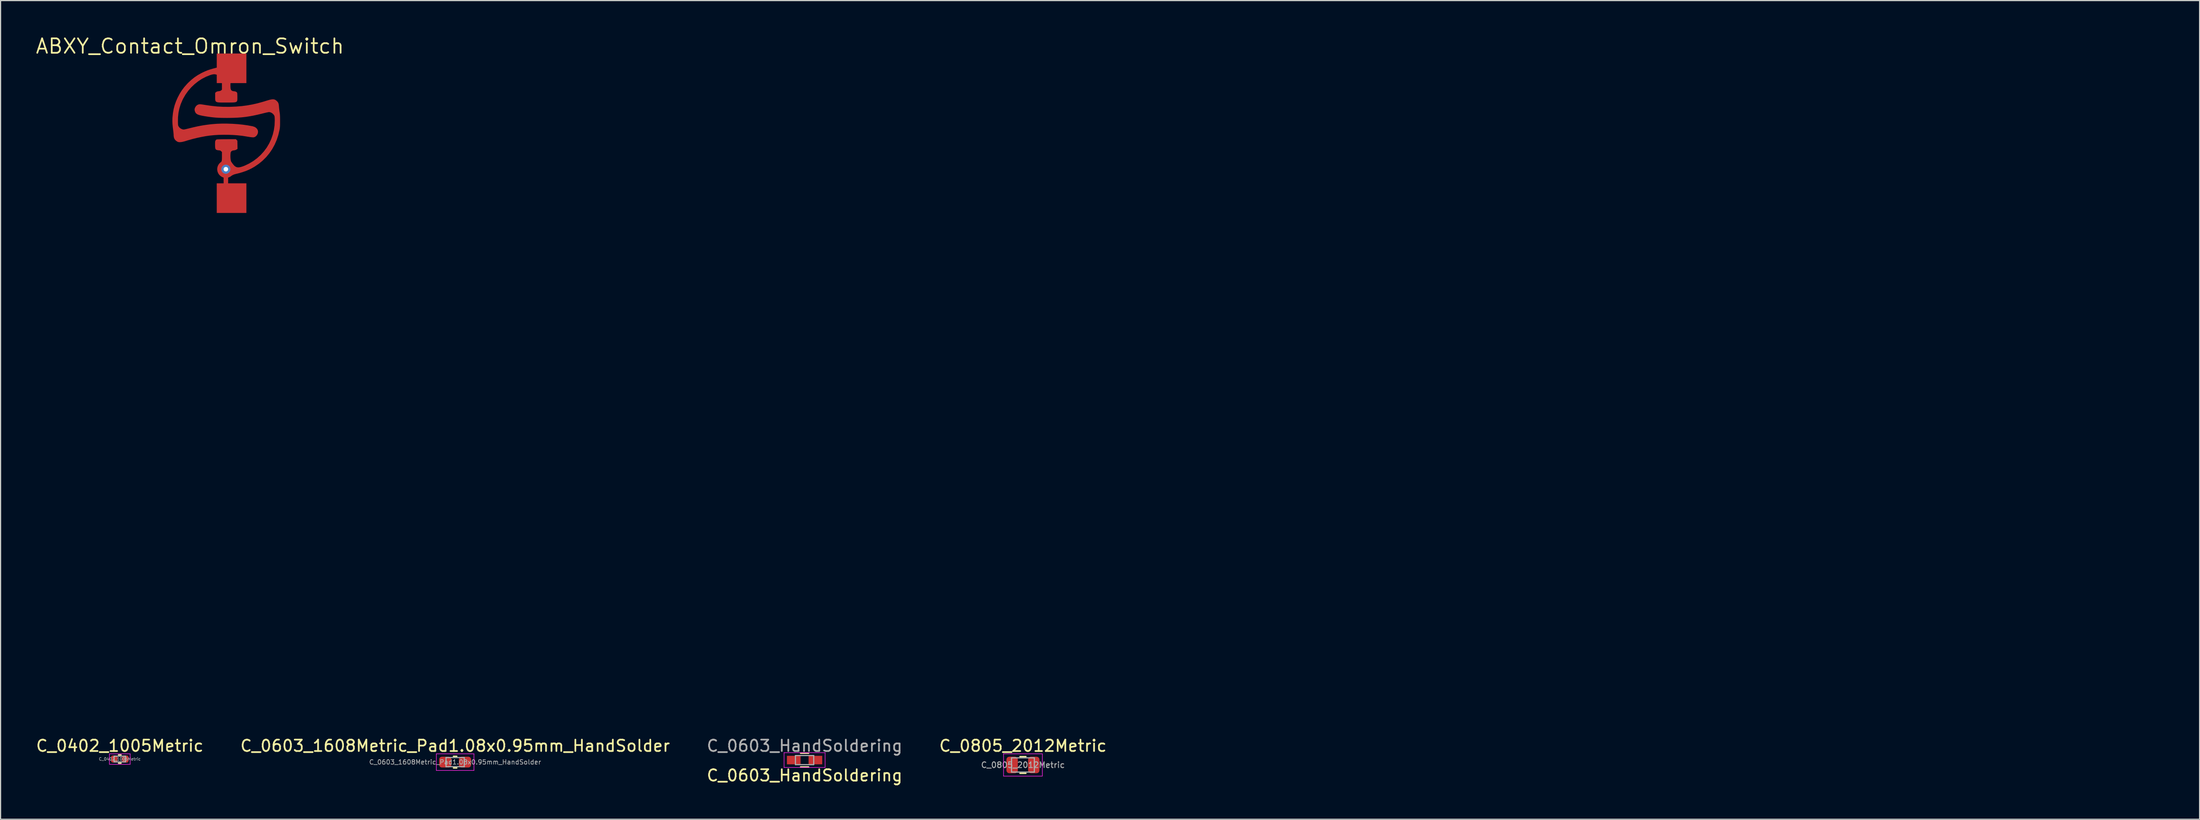
<source format=kicad_pcb>
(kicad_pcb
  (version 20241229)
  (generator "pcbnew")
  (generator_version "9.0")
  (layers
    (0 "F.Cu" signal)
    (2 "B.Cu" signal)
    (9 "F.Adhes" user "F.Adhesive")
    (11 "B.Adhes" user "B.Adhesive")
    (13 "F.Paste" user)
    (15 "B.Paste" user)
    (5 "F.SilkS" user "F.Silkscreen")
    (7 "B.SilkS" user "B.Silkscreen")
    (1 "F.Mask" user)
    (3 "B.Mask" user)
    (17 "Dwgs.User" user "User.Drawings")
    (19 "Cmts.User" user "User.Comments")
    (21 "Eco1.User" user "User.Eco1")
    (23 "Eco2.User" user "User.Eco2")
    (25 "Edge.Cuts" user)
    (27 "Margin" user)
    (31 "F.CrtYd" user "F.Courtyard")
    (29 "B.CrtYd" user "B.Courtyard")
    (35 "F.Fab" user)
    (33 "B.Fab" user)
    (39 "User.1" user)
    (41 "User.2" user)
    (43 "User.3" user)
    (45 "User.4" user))
  (footprint "ABXY_Contact_Omron_Switch"
    (layer "F.Cu")
    (at 16.764 7.506)
    (property "Reference" "ABXY_Contact_Omron_Switch" (at -3.15 -6.5 0) (layer "F.SilkS") (effects (font (size 1.27 1.27) (thickness 0.15))))
    (attr smd)
    (fp_rect (start -0.8 -5.86) (end 1.8 -3.26) (stroke (width 0) (type solid)) (fill yes) (layer "F.Mask"))
    (fp_rect (start -0.8 5.54) (end 1.8 8.14) (stroke (width 0) (type solid)) (fill yes) (layer "F.Mask"))
    (fp_circle (center 0 0) (end 3.5 0) (stroke (width 0.12) (type solid)) (fill yes) (layer "F.Mask"))
    (pad "1" smd custom (at 0 -4.2) (size 1.524 1.524) (layers "F.Cu" "F.Mask" "F.Paste") (options (anchor circle)) (primitives (gr_rect (start -0.8 -1.66) (end 1.8 0.94) (width 0) (fill yes)) (gr_poly (pts (xy 0.252 -0.691) (xy 0.406 -0.622) (xy 0.542 -0.517) (xy 0.562 -0.495) (xy 0.646 -0.394) (xy 0.702 -0.297) (xy 0.735 -0.19) (xy 0.749 -0.061) (xy 0.75 0.007) (xy 0.748 0.108) (xy 0.742 0.179) (xy 0.729 0.235) (xy 0.707 0.289) (xy 0.694 0.315) (xy 0.647 0.392) (xy 0.588 0.478) (xy 0.55 0.527) (xy 0.494 0.603) (xy 0.453 0.683) (xy 0.424 0.775) (xy 0.407 0.887) (xy 0.398 1.027) (xy 0.396 1.134) (xy 0.398 1.282) (xy 0.406 1.394) (xy 0.423 1.478) (xy 0.451 1.54) (xy 0.49 1.586) (xy 0.532 1.616) (xy 0.614 1.648) (xy 0.697 1.659) (xy 0.796 1.671) (xy 0.884 1.701) (xy 0.951 1.746) (xy 0.987 1.799) (xy 0.987 1.8) (xy 0.993 1.842) (xy 0.998 1.917) (xy 1.002 2.016) (xy 1.004 2.128) (xy 1.004 2.167) (xy 1.004 2.278) (xy 1.003 2.371) (xy 0.996 2.447) (xy 0.98 2.506) (xy 0.952 2.552) (xy 0.907 2.587) (xy 0.842 2.61) (xy 0.754 2.626) (xy 0.638 2.635) (xy 0.492 2.639) (xy 0.311 2.641) (xy 0.092 2.641) (xy 0.051 2.641) (xy -0.178 2.642) (xy -0.369 2.641) (xy -0.525 2.638) (xy -0.649 2.63) (xy -0.745 2.615) (xy -0.817 2.592) (xy -0.867 2.558) (xy -0.901 2.512) (xy -0.921 2.451) (xy -0.93 2.375) (xy -0.933 2.28) (xy -0.933 2.166) (xy -0.933 2.119) (xy -0.933 1.803) (xy -0.874 1.744) (xy -0.791 1.69) (xy -0.725 1.672) (xy -0.642 1.659) (xy -0.556 1.647) (xy -0.548 1.645) (xy -0.451 1.612) (xy -0.399 1.573) (xy -0.34 1.514) (xy -0.341 1.136) (xy -0.342 0.974) (xy -0.349 0.846) (xy -0.363 0.742) (xy -0.389 0.656) (xy -0.429 0.577) (xy -0.486 0.498) (xy -0.564 0.409) (xy -0.632 0.338) (xy -0.732 0.248) (xy -0.835 0.189) (xy -0.946 0.16) (xy -1.073 0.159) (xy -1.221 0.185) (xy -1.372 0.23) (xy -1.74 0.375) (xy -2.094 0.558) (xy -2.43 0.777) (xy -2.747 1.028) (xy -3.041 1.309) (xy -3.308 1.616) (xy -3.545 1.948) (xy -3.75 2.302) (xy -3.809 2.421) (xy -3.966 2.79) (xy -4.083 3.164) (xy -4.162 3.547) (xy -4.204 3.944) (xy -4.21 4.339) (xy -4.207 4.463) (xy -4.203 4.554) (xy -4.196 4.619) (xy -4.186 4.667) (xy -4.171 4.707) (xy -4.151 4.747) (xy -4.15 4.748) (xy -4.064 4.86) (xy -3.949 4.946) (xy -3.816 5.001) (xy -3.8 5.005) (xy -3.762 5.013) (xy -3.727 5.017) (xy -3.688 5.018) (xy -3.641 5.013) (xy -3.578 5.001) (xy -3.495 4.983) (xy -3.385 4.957) (xy -3.243 4.922) (xy -3.159 4.901) (xy -2.824 4.82) (xy -2.519 4.751) (xy -2.233 4.694) (xy -1.956 4.646) (xy -1.677 4.605) (xy -1.386 4.569) (xy -1.208 4.55) (xy -0.789 4.517) (xy -0.345 4.501) (xy 0.114 4.502) (xy 0.58 4.518) (xy 1.042 4.55) (xy 1.493 4.596) (xy 1.922 4.657) (xy 2.322 4.731) (xy 2.365 4.741) (xy 2.513 4.79) (xy 2.635 4.865) (xy 2.73 4.961) (xy 2.792 5.074) (xy 2.817 5.2) (xy 2.817 5.212) (xy 2.8 5.339) (xy 2.751 5.458) (xy 2.677 5.561) (xy 2.584 5.641) (xy 2.478 5.689) (xy 2.457 5.694) (xy 2.387 5.698) (xy 2.281 5.692) (xy 2.138 5.675) (xy 1.956 5.648) (xy 1.776 5.617) (xy 1.423 5.562) (xy 1.039 5.52) (xy 0.633 5.491) (xy 0.214 5.475) (xy -0.208 5.472) (xy -0.624 5.481) (xy -1.024 5.505) (xy -1.4 5.542) (xy -1.42 5.544) (xy -1.774 5.596) (xy -2.153 5.666) (xy -2.543 5.75) (xy -2.931 5.845) (xy -3.303 5.95) (xy -3.462 5.999) (xy -3.665 6.059) (xy -3.835 6.099) (xy -3.977 6.119) (xy -4.093 6.121) (xy -4.189 6.104) (xy -4.252 6.078) (xy -4.388 5.986) (xy -4.487 5.873) (xy -4.549 5.738) (xy -4.576 5.582) (xy -4.577 5.533) (xy -4.58 5.448) (xy -4.589 5.337) (xy -4.601 5.213) (xy -4.617 5.092) (xy -4.655 4.792) (xy -4.679 4.523) (xy -4.688 4.274) (xy -4.684 4.038) (xy -4.678 3.95) (xy -4.639 3.568) (xy -4.575 3.212) (xy -4.485 2.871) (xy -4.365 2.535) (xy -4.226 2.219) (xy -4.051 1.884) (xy -3.86 1.579) (xy -3.645 1.293) (xy -3.398 1.014) (xy -3.304 0.917) (xy -3.039 0.669) (xy -2.77 0.452) (xy -2.488 0.26) (xy -2.18 0.084) (xy -2.002 -0.005) (xy -1.796 -0.099) (xy -1.594 -0.181) (xy -1.383 -0.253) (xy -1.152 -0.321) (xy -0.943 -0.375) (xy -0.786 -0.416) (xy -0.665 -0.453) (xy -0.573 -0.487) (xy -0.506 -0.521) (xy -0.499 -0.526) (xy -0.386 -0.595) (xy -0.299 -0.644) (xy -0.227 -0.677) (xy -0.163 -0.698) (xy -0.095 -0.712) (xy -0.094 -0.713) (xy 0.084 -0.722) (xy 0.252 -0.691)) (width 0.01) (fill yes))))
    (pad "2" thru_hole circle (at 0 4.3) (size 0.8 0.8) (drill 0.4) (layers "*.Cu" "*.Mask"))
    (pad "2" smd custom (at 0 4.3) (size 1.524 1.524) (layers "F.Cu" "F.Mask" "F.Paste") (options (anchor circle)) (primitives (gr_line (start 0 0) (end 0 2) (width 0.4)) (gr_rect (start -0.8 1.24) (end 1.8 3.84) (width 0) (fill yes)) (gr_poly (pts (xy 4.221 -6.125) (xy 4.302 -6.099) (xy 4.377 -6.056) (xy 4.451 -5.996) (xy 4.472 -5.977) (xy 4.532 -5.914) (xy 4.576 -5.852) (xy 4.608 -5.781) (xy 4.63 -5.693) (xy 4.646 -5.578) (xy 4.656 -5.462) (xy 4.668 -5.333) (xy 4.683 -5.196) (xy 4.699 -5.069) (xy 4.713 -4.98) (xy 4.726 -4.897) (xy 4.735 -4.804) (xy 4.742 -4.694) (xy 4.747 -4.56) (xy 4.749 -4.396) (xy 4.75 -4.238) (xy 4.749 -4.063) (xy 4.748 -3.923) (xy 4.745 -3.809) (xy 4.739 -3.715) (xy 4.732 -3.633) (xy 4.721 -3.555) (xy 4.707 -3.473) (xy 4.703 -3.452) (xy 4.596 -3) (xy 4.453 -2.568) (xy 4.275 -2.158) (xy 4.063 -1.771) (xy 3.817 -1.409) (xy 3.539 -1.072) (xy 3.228 -0.762) (xy 2.887 -0.48) (xy 2.525 -0.233) (xy 2.272 -0.087) (xy 2.014 0.042) (xy 1.741 0.156) (xy 1.447 0.257) (xy 1.125 0.351) (xy 0.858 0.417) (xy 0.713 0.458) (xy 0.587 0.515) (xy 0.516 0.556) (xy 0.435 0.605) (xy 0.359 0.647) (xy 0.301 0.677) (xy 0.292 0.681) (xy 0.186 0.71) (xy 0.062 0.723) (xy -0.061 0.719) (xy -0.088 0.715) (xy -0.231 0.671) (xy -0.369 0.593) (xy -0.491 0.489) (xy -0.587 0.367) (xy -0.611 0.322) (xy -0.664 0.173) (xy -0.683 0.008) (xy -0.676 -0.109) (xy -0.658 -0.205) (xy -0.63 -0.287) (xy -0.587 -0.369) (xy -0.52 -0.464) (xy -0.496 -0.496) (xy -0.443 -0.566) (xy -0.404 -0.626) (xy -0.377 -0.684) (xy -0.358 -0.749) (xy -0.347 -0.829) (xy -0.342 -0.931) (xy -0.34 -1.063) (xy -0.34 -1.139) (xy -0.34 -1.512) (xy -0.409 -1.58) (xy -0.451 -1.617) (xy -0.493 -1.64) (xy -0.55 -1.654) (xy -0.633 -1.663) (xy -0.735 -1.676) (xy -0.812 -1.696) (xy -0.867 -1.728) (xy -0.905 -1.78) (xy -0.927 -1.855) (xy -0.939 -1.959) (xy -0.943 -2.098) (xy -0.943 -2.153) (xy -0.943 -2.275) (xy -0.94 -2.362) (xy -0.934 -2.424) (xy -0.925 -2.469) (xy -0.91 -2.505) (xy -0.9 -2.523) (xy -0.863 -2.574) (xy -0.817 -2.6) (xy -0.762 -2.612) (xy -0.72 -2.615) (xy -0.64 -2.618) (xy -0.529 -2.621) (xy -0.392 -2.624) (xy -0.235 -2.626) (xy -0.063 -2.627) (xy 0.106 -2.628) (xy 0.88 -2.629) (xy 0.942 -2.565) (xy 1.004 -2.5) (xy 1.011 -2.145) (xy 1.017 -1.79) (xy 0.935 -1.733) (xy 0.861 -1.694) (xy 0.766 -1.668) (xy 0.698 -1.657) (xy 0.61 -1.644) (xy 0.551 -1.626) (xy 0.507 -1.6) (xy 0.479 -1.574) (xy 0.447 -1.539) (xy 0.427 -1.503) (xy 0.414 -1.454) (xy 0.405 -1.38) (xy 0.4 -1.324) (xy 0.394 -1.189) (xy 0.396 -1.05) (xy 0.405 -0.919) (xy 0.42 -0.803) (xy 0.44 -0.714) (xy 0.454 -0.68) (xy 0.493 -0.616) (xy 0.549 -0.534) (xy 0.616 -0.446) (xy 0.682 -0.365) (xy 0.738 -0.302) (xy 0.758 -0.283) (xy 0.849 -0.216) (xy 0.948 -0.173) (xy 1.058 -0.155) (xy 1.184 -0.162) (xy 1.332 -0.193) (xy 1.505 -0.25) (xy 1.664 -0.312) (xy 2.046 -0.495) (xy 2.408 -0.713) (xy 2.745 -0.964) (xy 3.056 -1.247) (xy 3.338 -1.558) (xy 3.589 -1.897) (xy 3.597 -1.91) (xy 3.808 -2.269) (xy 3.983 -2.646) (xy 4.12 -3.04) (xy 4.218 -3.445) (xy 4.276 -3.858) (xy 4.294 -4.275) (xy 4.292 -4.346) (xy 4.289 -4.467) (xy 4.284 -4.555) (xy 4.278 -4.618) (xy 4.267 -4.664) (xy 4.251 -4.704) (xy 4.229 -4.745) (xy 4.226 -4.751) (xy 4.149 -4.849) (xy 4.048 -4.932) (xy 3.934 -4.991) (xy 3.82 -5.02) (xy 3.789 -5.021) (xy 3.746 -5.016) (xy 3.669 -5.002) (xy 3.564 -4.979) (xy 3.439 -4.951) (xy 3.301 -4.917) (xy 3.213 -4.895) (xy 2.814 -4.798) (xy 2.443 -4.717) (xy 2.09 -4.651) (xy 1.748 -4.599) (xy 1.405 -4.56) (xy 1.053 -4.533) (xy 0.682 -4.516) (xy 0.283 -4.508) (xy 0.094 -4.507) (xy -0.186 -4.509) (xy -0.433 -4.513) (xy -0.656 -4.521) (xy -0.864 -4.534) (xy -1.067 -4.552) (xy -1.273 -4.575) (xy -1.492 -4.604) (xy -1.674 -4.631) (xy -1.904 -4.668) (xy -2.095 -4.704) (xy -2.253 -4.739) (xy -2.38 -4.775) (xy -2.481 -4.816) (xy -2.559 -4.861) (xy -2.619 -4.914) (xy -2.665 -4.977) (xy -2.699 -5.05) (xy -2.725 -5.125) (xy -2.742 -5.227) (xy -2.73 -5.325) (xy -2.685 -5.43) (xy -2.642 -5.5) (xy -2.55 -5.602) (xy -2.438 -5.669) (xy -2.311 -5.698) (xy -2.282 -5.699) (xy -2.226 -5.695) (xy -2.138 -5.685) (xy -2.027 -5.67) (xy -1.903 -5.651) (xy -1.815 -5.636) (xy -1.275 -5.556) (xy -0.753 -5.502) (xy -0.234 -5.474) (xy 0.296 -5.471) (xy 0.39 -5.473) (xy 0.904 -5.495) (xy 1.39 -5.535) (xy 1.86 -5.596) (xy 2.322 -5.679) (xy 2.789 -5.785) (xy 3.271 -5.918) (xy 3.534 -5.999) (xy 3.727 -6.057) (xy 3.887 -6.1) (xy 4.019 -6.125) (xy 4.128 -6.133) (xy 4.221 -6.125)) (width 0.01) (fill yes))))
    (zone (net_name "") (layer "F.Cu") (hatch edge 0.508) (connect_pads) (min_thickness 0.254) (filled_areas_thickness no) (keepout (tracks not_allowed) (vias not_allowed) (pads allowed) (copperpour not_allowed) (footprints not_allowed)) (placement (enabled no)) (fill) (polygon (pts (xy 186.839 53.488) (xy 186.904 56.786) (xy 184.904 58.586) (xy 181.704 58.586) (xy 179.704 56.786) (xy 179.704 53.586) (xy 181.704 51.786) (xy 184.904 51.786)))))
  (footprint "C_0603_HandSoldering"
    (layer "F.Cu")
    (at 67.53 63.684)
    (property "Reference" "C_0603_HandSoldering" (at 0 1.35 0) (layer "F.SilkS") (effects (font (size 1 1) (thickness 0.15))))
    (attr smd)
    (fp_line (start -0.35 -0.6) (end 0.35 -0.6) (stroke (width 0.12) (type solid)) (layer "F.SilkS"))
    (fp_line (start 0.35 0.6) (end -0.35 0.6) (stroke (width 0.12) (type solid)) (layer "F.SilkS"))
    (fp_line (start -1.8 -0.65) (end -1.8 0.65) (stroke (width 0.05) (type solid)) (layer "F.CrtYd"))
    (fp_line (start -1.8 -0.65) (end 1.8 -0.65) (stroke (width 0.05) (type solid)) (layer "F.CrtYd"))
    (fp_line (start 1.8 0.65) (end -1.8 0.65) (stroke (width 0.05) (type solid)) (layer "F.CrtYd"))
    (fp_line (start 1.8 0.65) (end 1.8 -0.65) (stroke (width 0.05) (type solid)) (layer "F.CrtYd"))
    (fp_line (start -0.8 -0.4) (end 0.8 -0.4) (stroke (width 0.1) (type solid)) (layer "F.Fab"))
    (fp_line (start -0.8 0.4) (end -0.8 -0.4) (stroke (width 0.1) (type solid)) (layer "F.Fab"))
    (fp_line (start 0.8 -0.4) (end 0.8 0.4) (stroke (width 0.1) (type solid)) (layer "F.Fab"))
    (fp_line (start 0.8 0.4) (end -0.8 0.4) (stroke (width 0.1) (type solid)) (layer "F.Fab"))
    (fp_text user "${REFERENCE}" (at 0 -1.25 0) (layer "F.Fab") (effects (font (size 1 1) (thickness 0.15))))
    (pad "1" smd rect (at -0.95 0) (size 1.2 0.75) (layers "F.Cu" "F.Mask" "F.Paste"))
    (pad "2" smd rect (at 0.95 0) (size 1.2 0.75) (layers "F.Cu" "F.Mask" "F.Paste")))
  (footprint "C_0603_1608Metric_Pad1.08x0.95mm_HandSolder"
    (layer "F.Cu")
    (at 36.875 63.864)
    (property "Reference" "C_0603_1608Metric_Pad1.08x0.95mm_HandSolder" (at 0 -1.43 180) (layer "F.SilkS") (effects (font (size 1 1) (thickness 0.15))))
    (attr smd)
    (fp_line (start -0.146 -0.51) (end 0.146 -0.51) (stroke (width 0.12) (type solid)) (layer "F.SilkS"))
    (fp_line (start -0.146 0.51) (end 0.146 0.51) (stroke (width 0.12) (type solid)) (layer "F.SilkS"))
    (fp_line (start -1.65 -0.73) (end 1.65 -0.73) (stroke (width 0.05) (type solid)) (layer "F.CrtYd"))
    (fp_line (start -1.65 0.73) (end -1.65 -0.73) (stroke (width 0.05) (type solid)) (layer "F.CrtYd"))
    (fp_line (start 1.65 -0.73) (end 1.65 0.73) (stroke (width 0.05) (type solid)) (layer "F.CrtYd"))
    (fp_line (start 1.65 0.73) (end -1.65 0.73) (stroke (width 0.05) (type solid)) (layer "F.CrtYd"))
    (fp_line (start -0.8 -0.4) (end 0.8 -0.4) (stroke (width 0.1) (type solid)) (layer "F.Fab"))
    (fp_line (start -0.8 0.4) (end -0.8 -0.4) (stroke (width 0.1) (type solid)) (layer "F.Fab"))
    (fp_line (start 0.8 -0.4) (end 0.8 0.4) (stroke (width 0.1) (type solid)) (layer "F.Fab"))
    (fp_line (start 0.8 0.4) (end -0.8 0.4) (stroke (width 0.1) (type solid)) (layer "F.Fab"))
    (fp_text user "${REFERENCE}" (at 0 0 180) (layer "F.Fab") (effects (font (size 0.4 0.4) (thickness 0.06))))
    (pad "1" smd roundrect (at -0.863 0) (size 1.075 0.95) (layers "F.Cu" "F.Mask" "F.Paste") (roundrect_rratio 0.25))
    (pad "2" smd roundrect (at 0.863 0) (size 1.075 0.95) (layers "F.Cu" "F.Mask" "F.Paste") (roundrect_rratio 0.25)))
  (footprint "C_0402_1005Metric"
    (layer "F.Cu")
    (at 7.458 63.594)
    (property "Reference" "C_0402_1005Metric" (at 0 -1.16 0) (layer "F.SilkS") (effects (font (size 1 1) (thickness 0.15))))
    (attr smd)
    (fp_line (start -0.108 -0.36) (end 0.108 -0.36) (stroke (width 0.12) (type solid)) (layer "F.SilkS"))
    (fp_line (start -0.108 0.36) (end 0.108 0.36) (stroke (width 0.12) (type solid)) (layer "F.SilkS"))
    (fp_line (start -0.91 -0.46) (end 0.91 -0.46) (stroke (width 0.05) (type solid)) (layer "F.CrtYd"))
    (fp_line (start -0.91 0.46) (end -0.91 -0.46) (stroke (width 0.05) (type solid)) (layer "F.CrtYd"))
    (fp_line (start 0.91 -0.46) (end 0.91 0.46) (stroke (width 0.05) (type solid)) (layer "F.CrtYd"))
    (fp_line (start 0.91 0.46) (end -0.91 0.46) (stroke (width 0.05) (type solid)) (layer "F.CrtYd"))
    (fp_line (start -0.5 -0.25) (end 0.5 -0.25) (stroke (width 0.1) (type solid)) (layer "F.Fab"))
    (fp_line (start -0.5 0.25) (end -0.5 -0.25) (stroke (width 0.1) (type solid)) (layer "F.Fab"))
    (fp_line (start 0.5 -0.25) (end 0.5 0.25) (stroke (width 0.1) (type solid)) (layer "F.Fab"))
    (fp_line (start 0.5 0.25) (end -0.5 0.25) (stroke (width 0.1) (type solid)) (layer "F.Fab"))
    (fp_text user "${REFERENCE}" (at 0 0 0) (layer "F.Fab") (effects (font (size 0.25 0.25) (thickness 0.04))))
    (pad "1" smd roundrect (at -0.48 0) (size 0.56 0.62) (layers "F.Cu" "F.Mask" "F.Paste") (roundrect_rratio 0.25))
    (pad "2" smd roundrect (at 0.48 0) (size 0.56 0.62) (layers "F.Cu" "F.Mask" "F.Paste") (roundrect_rratio 0.25)))
  (footprint "C_0805_2012Metric"
    (layer "F.Cu")
    (at 86.685 64.114)
    (property "Reference" "C_0805_2012Metric" (at 0 -1.68 0) (layer "F.SilkS") (effects (font (size 1 1) (thickness 0.15))))
    (attr smd)
    (fp_line (start -0.261 -0.735) (end 0.261 -0.735) (stroke (width 0.12) (type solid)) (layer "F.SilkS"))
    (fp_line (start -0.261 0.735) (end 0.261 0.735) (stroke (width 0.12) (type solid)) (layer "F.SilkS"))
    (fp_line (start -1.7 -0.98) (end 1.7 -0.98) (stroke (width 0.05) (type solid)) (layer "F.CrtYd"))
    (fp_line (start -1.7 0.98) (end -1.7 -0.98) (stroke (width 0.05) (type solid)) (layer "F.CrtYd"))
    (fp_line (start 1.7 -0.98) (end 1.7 0.98) (stroke (width 0.05) (type solid)) (layer "F.CrtYd"))
    (fp_line (start 1.7 0.98) (end -1.7 0.98) (stroke (width 0.05) (type solid)) (layer "F.CrtYd"))
    (fp_line (start -1 -0.625) (end 1 -0.625) (stroke (width 0.1) (type solid)) (layer "F.Fab"))
    (fp_line (start -1 0.625) (end -1 -0.625) (stroke (width 0.1) (type solid)) (layer "F.Fab"))
    (fp_line (start 1 -0.625) (end 1 0.625) (stroke (width 0.1) (type solid)) (layer "F.Fab"))
    (fp_line (start 1 0.625) (end -1 0.625) (stroke (width 0.1) (type solid)) (layer "F.Fab"))
    (fp_text user "${REFERENCE}" (at 0 0 0) (layer "F.Fab") (effects (font (size 0.5 0.5) (thickness 0.08))))
    (pad "1" smd roundrect (at -0.95 0) (size 1 1.45) (layers "F.Cu" "F.Mask" "F.Paste") (roundrect_rratio 0.25))
    (pad "2" smd roundrect (at 0.95 0) (size 1 1.45) (layers "F.Cu" "F.Mask" "F.Paste") (roundrect_rratio 0.25)))
  (gr_rect
    (start -3 -3)
    (end 189.904 68.883)
    (stroke (width 0.1) (type default))
    (fill no)
    (layer "Edge.Cuts")))
</source>
